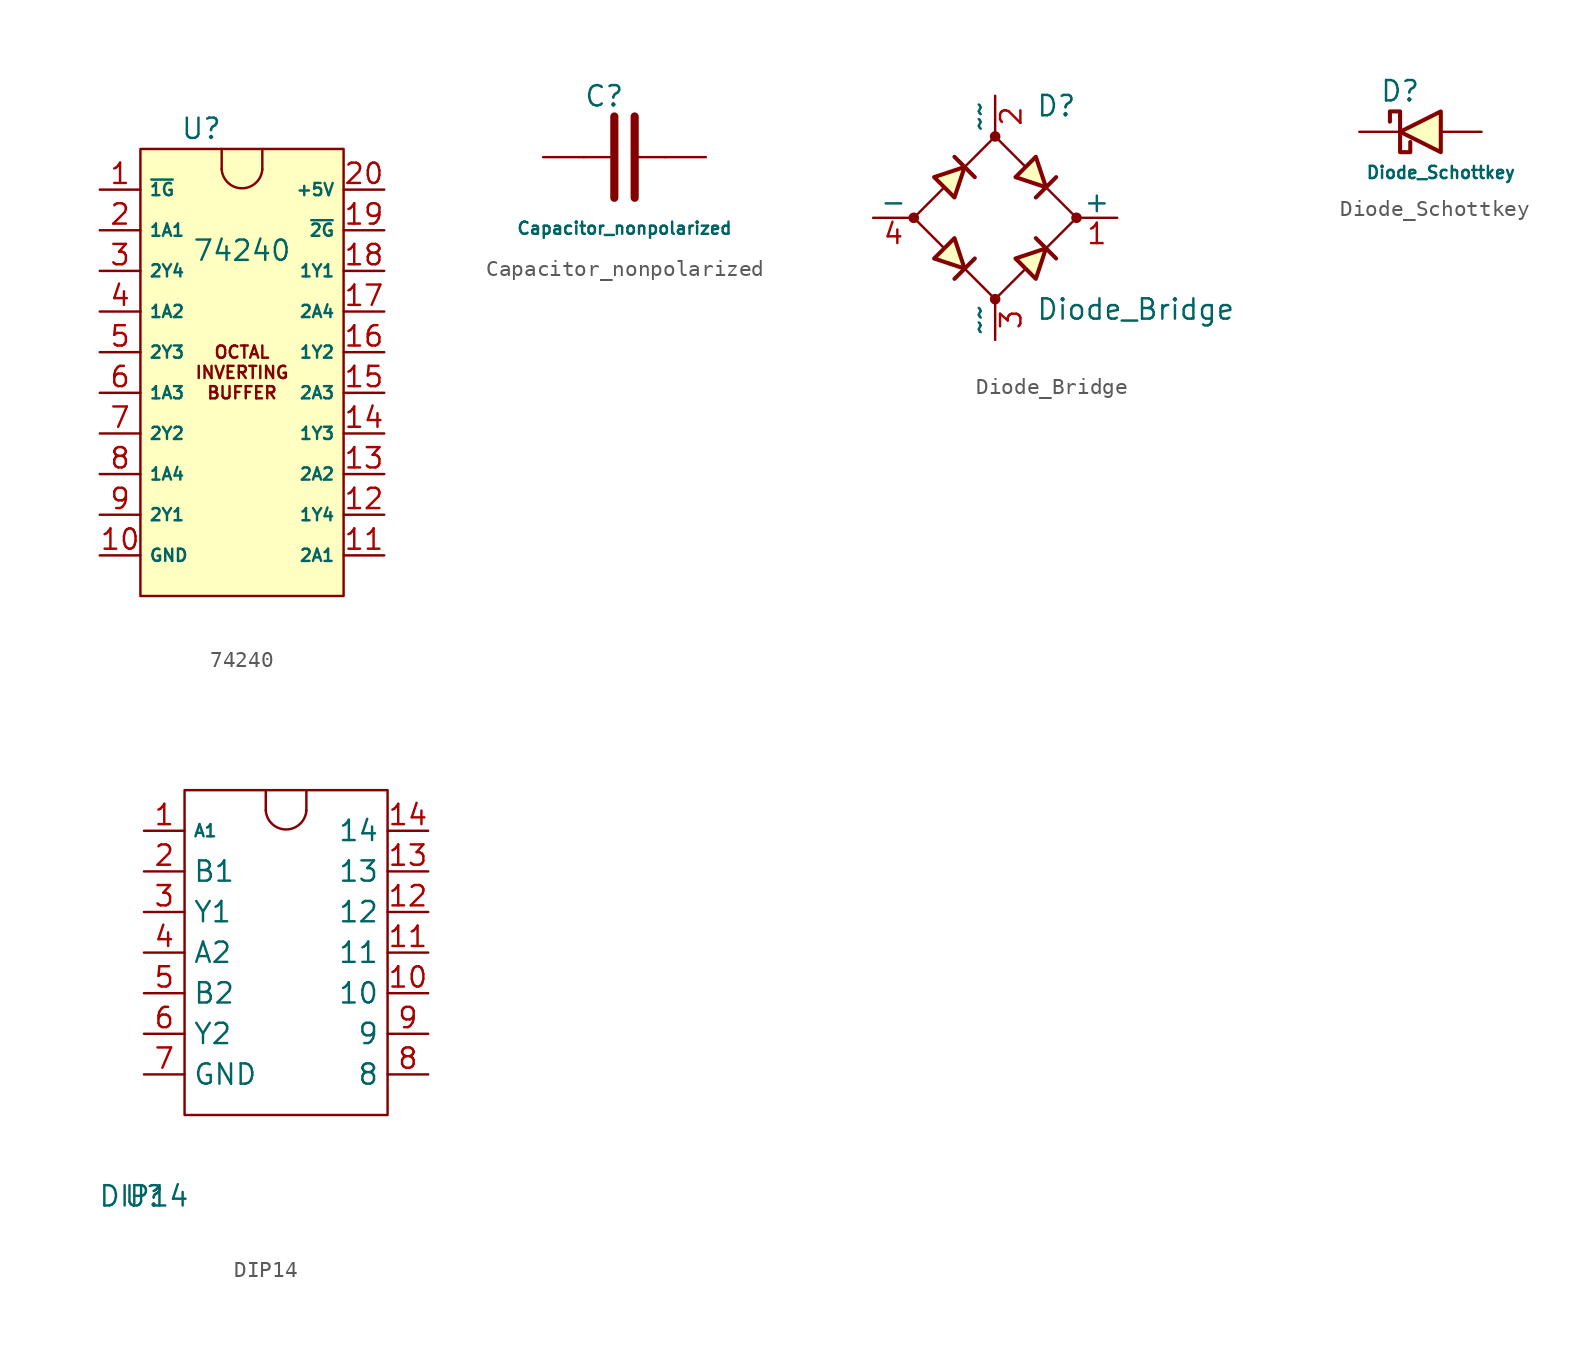
<source format=kicad_sym>
(kicad_symbol_lib
  (version 20211014)
  (generator kicad_symbol_editor)
  (symbol "74240"
    (property "Reference" "U"
      (at 13.97 31.75 0)
      (effects (font (size 1.27 1.27))))
    (property "Value" "74240"
      (at 16.51 24.13 0)
      (effects (font (size 1.27 1.27))))
    (symbol "74240_0_0"
      (text "BUFFER" (at 16.51 15.24 0) (effects (font (size 0.762 0.762))))
      (text "INVERTING" (at 16.51 16.51 0) (effects (font (size 0.762 0.762))))
      (text "OCTAL" (at 16.51 17.78 0) (effects (font (size 0.762 0.762)))))
    (symbol "74240_0_1"
      (polyline (pts (xy 15.24 30.48) (xy 15.24 29.21)) (stroke (width 0) (type default) (color 0 0 0 0)) (fill (type none)))
      (polyline (pts (xy 17.78 30.48) (xy 17.78 29.21)) (stroke (width 0) (type default) (color 0 0 0 0)) (fill (type none)))
      (rectangle (start 10.16 30.48) (end 22.86 2.54) (stroke (width 0) (type default) (color 0 0 0 0)) (fill (type background)))
      (arc (start 15.24 29.21) (mid 16.51 28.023) (end 17.78 29.21) (stroke (width 0) (type default) (color 0 0 0 0)) (fill (type none))))
    (symbol "74240_1_1"
      (pin input line (at 7.62 27.94 0) (length 2.54) (name "~{1G}" (effects (font (size 0.762 0.762)))) (number "1" (effects (font (size 1.27 1.27)))))
      (pin power_in line (at 7.62 5.08 0) (length 2.54) (name "GND" (effects (font (size 0.762 0.762)))) (number "10" (effects (font (size 1.27 1.27)))))
      (pin input line (at 25.4 5.08 180) (length 2.54) (name "2A1" (effects (font (size 0.762 0.762)))) (number "11" (effects (font (size 1.27 1.27)))))
      (pin tri_state line (at 25.4 7.62 180) (length 2.54) (name "1Y4" (effects (font (size 0.762 0.762)))) (number "12" (effects (font (size 1.27 1.27)))))
      (pin input line (at 25.4 10.16 180) (length 2.54) (name "2A2" (effects (font (size 0.762 0.762)))) (number "13" (effects (font (size 1.27 1.27)))))
      (pin tri_state line (at 25.4 12.7 180) (length 2.54) (name "1Y3" (effects (font (size 0.762 0.762)))) (number "14" (effects (font (size 1.27 1.27)))))
      (pin input line (at 25.4 15.24 180) (length 2.54) (name "2A3" (effects (font (size 0.762 0.762)))) (number "15" (effects (font (size 1.27 1.27)))))
      (pin tri_state line (at 25.4 17.78 180) (length 2.54) (name "1Y2" (effects (font (size 0.762 0.762)))) (number "16" (effects (font (size 1.27 1.27)))))
      (pin output line (at 25.4 20.32 180) (length 2.54) (name "2A4" (effects (font (size 0.762 0.762)))) (number "17" (effects (font (size 1.27 1.27)))))
      (pin tri_state line (at 25.4 22.86 180) (length 2.54) (name "1Y1" (effects (font (size 0.762 0.762)))) (number "18" (effects (font (size 1.27 1.27)))))
      (pin input line (at 25.4 25.4 180) (length 2.54) (name "~{2G}" (effects (font (size 0.762 0.762)))) (number "19" (effects (font (size 1.27 1.27)))))
      (pin input line (at 7.62 25.4 0) (length 2.54) (name "1A1" (effects (font (size 0.762 0.762)))) (number "2" (effects (font (size 1.27 1.27)))))
      (pin power_in line (at 25.4 27.94 180) (length 2.54) (name "+5V" (effects (font (size 0.762 0.762)))) (number "20" (effects (font (size 1.27 1.27)))))
      (pin tri_state line (at 7.62 22.86 0) (length 2.54) (name "2Y4" (effects (font (size 0.762 0.762)))) (number "3" (effects (font (size 1.27 1.27)))))
      (pin input line (at 7.62 20.32 0) (length 2.54) (name "1A2" (effects (font (size 0.762 0.762)))) (number "4" (effects (font (size 1.27 1.27)))))
      (pin tri_state line (at 7.62 17.78 0) (length 2.54) (name "2Y3" (effects (font (size 0.762 0.762)))) (number "5" (effects (font (size 1.27 1.27)))))
      (pin input line (at 7.62 15.24 0) (length 2.54) (name "1A3" (effects (font (size 0.762 0.762)))) (number "6" (effects (font (size 1.27 1.27)))))
      (pin tri_state line (at 7.62 12.7 0) (length 2.54) (name "2Y2" (effects (font (size 0.762 0.762)))) (number "7" (effects (font (size 1.27 1.27)))))
      (pin input line (at 7.62 10.16 0) (length 2.54) (name "1A4" (effects (font (size 0.762 0.762)))) (number "8" (effects (font (size 1.27 1.27)))))
      (pin tri_state line (at 7.62 7.62 0) (length 2.54) (name "2Y1" (effects (font (size 0.762 0.762)))) (number "9" (effects (font (size 1.27 1.27)))))))
  (symbol "Capacitor_nonpolarized"
    (property "Reference" "C"
      (at 16.51 11.43 0)
      (effects (font (size 1.27 1.27))))
    (property "Value" "Capacitor_nonpolarized"
      (at 17.78 3.175 0)
      (effects (font (size 0.762 0.762))))
    (symbol "Capacitor_nonpolarized_0_1"
      (polyline (pts (xy 17.145 5.08) (xy 17.145 10.16)) (stroke (width 0.508) (type default) (color 0 0 0 0)) (fill (type none)))
      (polyline (pts (xy 17.145 7.62) (xy 15.24 7.62)) (stroke (width 0.152) (type default) (color 0 0 0 0)) (fill (type none)))
      (polyline (pts (xy 18.415 5.08) (xy 18.415 10.16)) (stroke (width 0.508) (type default) (color 0 0 0 0)) (fill (type none)))
      (polyline (pts (xy 20.32 7.62) (xy 18.415 7.62)) (stroke (width 0.152) (type default) (color 0 0 0 0)) (fill (type none))))
    (symbol "Capacitor_nonpolarized_1_1"
      (pin passive line (at 12.7 7.62 0) (length 2.54) (name "" (effects (font (size 0.762 0.762)))) (number "" (effects (font (size 0.762 0.762)))))
      (pin passive line (at 22.86 7.62 180) (length 2.54) (name "" (effects (font (size 0.762 0.762)))) (number "" (effects (font (size 0.762 0.762)))))))
  (symbol "Diode_Bridge"
    (pin_names
      (offset 0))
    (property "Reference" "D"
      (at 2.54 6.985 0)
      (effects (font (size 1.27 1.27)) (justify left)))
    (property "Value" "Diode_Bridge"
      (at 2.54 -5.715 0)
      (effects (font (size 1.27 1.27)) (justify left)))
    (symbol "Diode_Bridge_0_1"
      (circle (center -5.08 0) (radius 0.254) (stroke (width 0) (type default) (color 0 0 0 0)) (fill (type outline)))
      (circle (center 0 -5.08) (radius 0.254) (stroke (width 0) (type default) (color 0 0 0 0)) (fill (type outline)))
      (polyline (pts (xy -5.08 0) (xy -3.175 1.905)) (stroke (width 0.152) (type default) (color 0 0 0 0)) (fill (type none)))
      (polyline (pts (xy -3.175 -1.905) (xy -5.08 0)) (stroke (width 0.152) (type default) (color 0 0 0 0)) (fill (type none)))
      (polyline (pts (xy -2.54 3.81) (xy -1.27 2.54)) (stroke (width 0.254) (type default) (color 0 0 0 0)) (fill (type none)))
      (polyline (pts (xy -1.905 3.175) (xy 0 5.08)) (stroke (width 0.152) (type default) (color 0 0 0 0)) (fill (type none)))
      (polyline (pts (xy -1.27 -2.54) (xy -2.54 -3.81)) (stroke (width 0.254) (type default) (color 0 0 0 0)) (fill (type none)))
      (polyline (pts (xy 0 -5.08) (xy -1.905 -3.175)) (stroke (width 0.152) (type default) (color 0 0 0 0)) (fill (type none)))
      (polyline (pts (xy 0 -5.08) (xy 1.905 -3.175)) (stroke (width 0.152) (type default) (color 0 0 0 0)) (fill (type none)))
      (polyline (pts (xy 0 5.08) (xy 1.905 3.175)) (stroke (width 0.152) (type default) (color 0 0 0 0)) (fill (type none)))
      (polyline (pts (xy 2.54 -1.27) (xy 3.81 -2.54)) (stroke (width 0.254) (type default) (color 0 0 0 0)) (fill (type none)))
      (polyline (pts (xy 2.54 1.27) (xy 3.81 2.54)) (stroke (width 0.254) (type default) (color 0 0 0 0)) (fill (type none)))
      (polyline (pts (xy 3.175 -1.905) (xy 5.08 0)) (stroke (width 0.152) (type default) (color 0 0 0 0)) (fill (type none)))
      (polyline (pts (xy 5.08 0) (xy 3.175 1.905)) (stroke (width 0.152) (type default) (color 0 0 0 0)) (fill (type none)))
      (polyline (pts (xy -3.81 2.54) (xy -2.54 1.27) (xy -1.905 3.175) (xy -3.81 2.54)) (stroke (width 0.254) (type default) (color 0 0 0 0)) (fill (type background)))
      (polyline (pts (xy -2.54 -1.27) (xy -3.81 -2.54) (xy -1.905 -3.175) (xy -2.54 -1.27)) (stroke (width 0.254) (type default) (color 0 0 0 0)) (fill (type background)))
      (polyline (pts (xy 1.27 2.54) (xy 2.54 3.81) (xy 3.175 1.905) (xy 1.27 2.54)) (stroke (width 0.254) (type default) (color 0 0 0 0)) (fill (type background)))
      (polyline (pts (xy 3.175 -1.905) (xy 1.27 -2.54) (xy 2.54 -3.81) (xy 3.175 -1.905)) (stroke (width 0.254) (type default) (color 0 0 0 0)) (fill (type background)))
      (circle (center 0 5.08) (radius 0.254) (stroke (width 0) (type default) (color 0 0 0 0)) (fill (type outline)))
      (circle (center 5.08 0) (radius 0.254) (stroke (width 0) (type default) (color 0 0 0 0)) (fill (type outline))))
    (symbol "Diode_Bridge_1_1"
      (pin passive line (at 7.62 0 180) (length 2.54) (name "+" (effects (font (size 1.27 1.27)))) (number "1" (effects (font (size 1.27 1.27)))))
      (pin passive line (at 0 7.62 270) (length 2.54) (name "~~" (effects (font (size 1.27 1.27)))) (number "2" (effects (font (size 1.27 1.27)))))
      (pin passive line (at 0 -7.62 90) (length 2.54) (name "~~" (effects (font (size 1.27 1.27)))) (number "3" (effects (font (size 1.27 1.27)))))
      (pin passive line (at -7.62 0 0) (length 2.54) (name "-" (effects (font (size 1.27 1.27)))) (number "4" (effects (font (size 1.27 1.27)))))))
  (symbol "Diode_Schottkey"
    (pin_numbers hide)
    (pin_names
      (offset 1.016) hide)
    (property "Reference" "D"
      (at 0 2.54 0)
      (effects (font (size 1.27 1.27))))
    (property "Value" "Diode_Schottkey"
      (at 2.54 -2.54 0)
      (effects (font (size 0.762 0.762))))
    (symbol "Diode_Schottkey_0_1"
      (polyline (pts (xy 2.54 1.27) (xy 2.54 -1.27) (xy 0 0) (xy 2.54 1.27)) (stroke (width 0.254) (type default) (color 0 0 0 0)) (fill (type background)))
      (polyline (pts (xy -0.635 0.635) (xy -0.635 1.27) (xy 0 1.27) (xy 0 -1.27) (xy 0.635 -1.27) (xy 0.635 -0.635)) (stroke (width 0.254) (type default) (color 0 0 0 0)) (fill (type none))))
    (symbol "Diode_Schottkey_1_1"
      (pin passive line (at 5.08 0 180) (length 2.54) (name "Anode" (effects (font (size 1.27 1.27)))) (number "A" (effects (font (size 1.27 1.27)))))
      (pin passive line (at -2.54 0 0) (length 2.54) (name "Cathode" (effects (font (size 1.27 1.27)))) (number "C" (effects (font (size 1.27 1.27)))))))
  (symbol "DIP14"
    (property "Reference" "U"
      (at 0 0 0)
      (effects (font (size 1.27 1.27))))
    (property "Value" "DIP14"
      (at 0 0 0)
      (effects (font (size 1.27 1.27))))
    (symbol "DIP14_0_1"
      (polyline (pts (xy 7.62 25.4) (xy 7.62 24.13)) (stroke (width 0) (type default) (color 0 0 0 0)) (fill (type none)))
      (polyline (pts (xy 10.16 25.4) (xy 10.16 24.13)) (stroke (width 0) (type default) (color 0 0 0 0)) (fill (type none)))
      (rectangle (start 2.54 25.4) (end 15.24 5.08) (stroke (width 0) (type default) (color 0 0 0 0)) (fill (type none)))
      (arc (start 7.62 24.13) (mid 8.89 22.943) (end 10.16 24.13) (stroke (width 0) (type default) (color 0 0 0 0)) (fill (type none))))
    (symbol "DIP14_1_1"
      (pin input line (at 0 22.86 0) (length 2.54) (name "A1" (effects (font (size 0.762 0.762)))) (number "1" (effects (font (size 1.27 1.27)))))
      (pin unspecified line (at 17.78 12.7 180) (length 2.54) (name "10" (effects (font (size 1.27 1.27)))) (number "10" (effects (font (size 1.27 1.27)))))
      (pin unspecified line (at 17.78 15.24 180) (length 2.54) (name "11" (effects (font (size 1.27 1.27)))) (number "11" (effects (font (size 1.27 1.27)))))
      (pin unspecified line (at 17.78 17.78 180) (length 2.54) (name "12" (effects (font (size 1.27 1.27)))) (number "12" (effects (font (size 1.27 1.27)))))
      (pin unspecified line (at 17.78 20.32 180) (length 2.54) (name "13" (effects (font (size 1.27 1.27)))) (number "13" (effects (font (size 1.27 1.27)))))
      (pin unspecified line (at 17.78 22.86 180) (length 2.54) (name "14" (effects (font (size 1.27 1.27)))) (number "14" (effects (font (size 1.27 1.27)))))
      (pin input line (at 0 20.32 0) (length 2.54) (name "B1" (effects (font (size 1.27 1.27)))) (number "2" (effects (font (size 1.27 1.27)))))
      (pin output line (at 0 17.78 0) (length 2.54) (name "Y1" (effects (font (size 1.27 1.27)))) (number "3" (effects (font (size 1.27 1.27)))))
      (pin input line (at 0 15.24 0) (length 2.54) (name "A2" (effects (font (size 1.27 1.27)))) (number "4" (effects (font (size 1.27 1.27)))))
      (pin input line (at 0 12.7 0) (length 2.54) (name "B2" (effects (font (size 1.27 1.27)))) (number "5" (effects (font (size 1.27 1.27)))))
      (pin output line (at 0 10.16 0) (length 2.54) (name "Y2" (effects (font (size 1.27 1.27)))) (number "6" (effects (font (size 1.27 1.27)))))
      (pin power_in line (at 0 7.62 0) (length 2.54) (name "GND" (effects (font (size 1.27 1.27)))) (number "7" (effects (font (size 1.27 1.27)))))
      (pin unspecified line (at 17.78 7.62 180) (length 2.54) (name "8" (effects (font (size 1.27 1.27)))) (number "8" (effects (font (size 1.27 1.27)))))
      (pin unspecified line (at 17.78 10.16 180) (length 2.54) (name "9" (effects (font (size 1.27 1.27)))) (number "9" (effects (font (size 1.27 1.27))))))))
</source>
